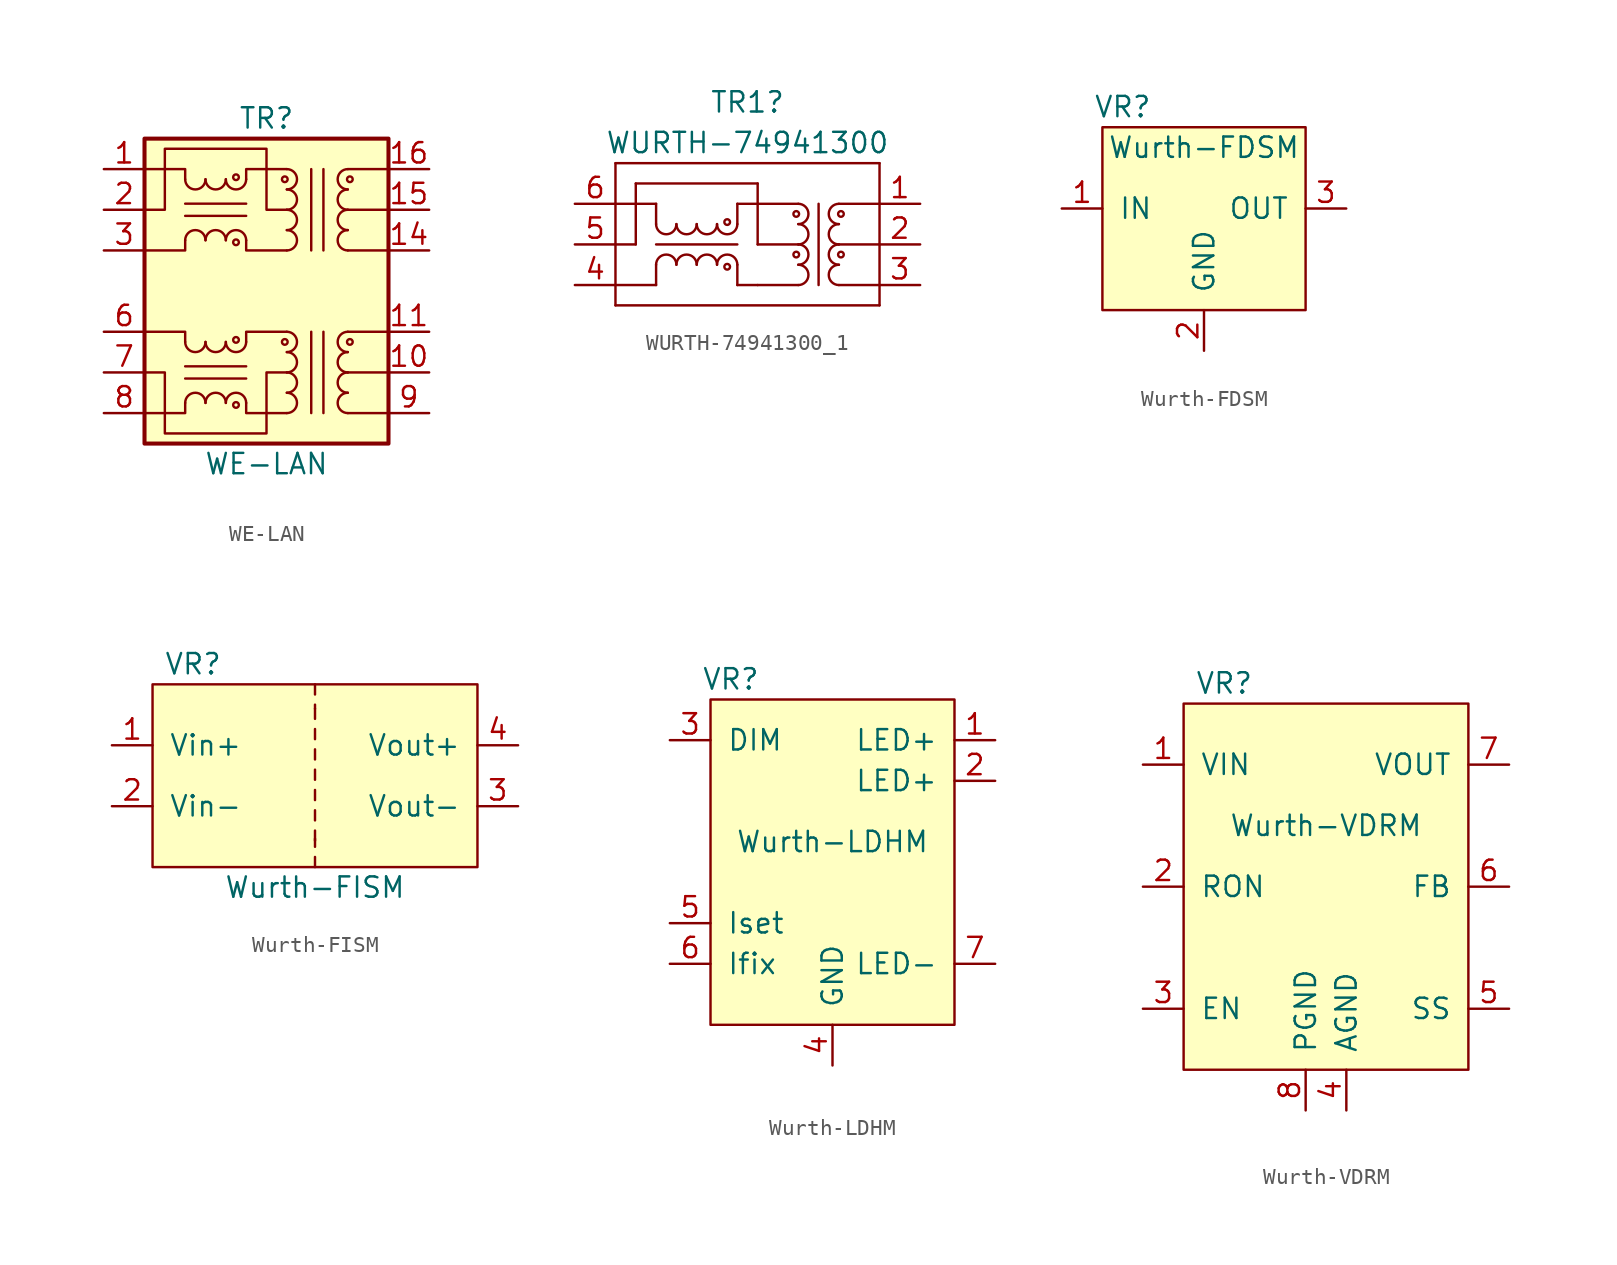
<source format=kicad_sym>
(kicad_symbol_lib
  (version 20241209)
  (generator "kicad_symbol_editor")
  (generator_version "9.0")
  (symbol "WE-LAN"
    (pin_names
      (hide yes))
    (property "Reference" "TR"
      (at 0 10.795 0)
      (effects (font (size 1.27 1.27))))
    (property "Value" "WE-LAN"
      (at 0 -10.795 0)
      (effects (font (size 1.27 1.27))))
    (symbol "WE-LAN_0_1"
      (polyline (pts (xy -5.08 6.985) (xy -5.08 7.62) (xy -7.62 7.62)) (stroke (width 0) (type solid)) (fill (type none)))
      (polyline (pts (xy -5.08 3.175) (xy -5.08 2.54) (xy -7.62 2.54)) (stroke (width 0) (type solid)) (fill (type none)))
      (polyline (pts (xy -1.27 6.985) (xy -1.27 7.62) (xy 1.27 7.62)) (stroke (width 0) (type solid)) (fill (type none)))
      (polyline (pts (xy -1.27 5.461) (xy -5.08 5.461)) (stroke (width 0) (type solid)) (fill (type none)))
      (polyline (pts (xy -1.27 4.699) (xy -5.08 4.699)) (stroke (width 0) (type solid)) (fill (type none)))
      (polyline (pts (xy 1.27 5.08) (xy 0 5.08) (xy 0 8.89) (xy -6.35 8.89) (xy -6.35 5.08) (xy -7.62 5.08)) (stroke (width 0) (type solid)) (fill (type none)))
      (polyline (pts (xy 1.27 2.54) (xy -1.27 2.54) (xy -1.27 3.175)) (stroke (width 0) (type solid)) (fill (type none)))
      (polyline (pts (xy 2.794 7.62) (xy 2.794 2.54)) (stroke (width 0) (type solid)) (fill (type none)))
      (polyline (pts (xy 2.794 -7.62) (xy 2.794 -2.54)) (stroke (width 0) (type solid)) (fill (type none)))
      (polyline (pts (xy 3.556 2.54) (xy 3.556 7.62)) (stroke (width 0) (type solid)) (fill (type none)))
      (polyline (pts (xy 3.556 -2.54) (xy 3.556 -7.62)) (stroke (width 0) (type solid)) (fill (type none)))
      (polyline (pts (xy 5.08 7.62) (xy 7.62 7.62)) (stroke (width 0) (type solid)) (fill (type none)))
      (polyline (pts (xy 5.08 5.08) (xy 7.62 5.08)) (stroke (width 0) (type solid)) (fill (type none)))
      (polyline (pts (xy 5.08 2.54) (xy 7.62 2.54)) (stroke (width 0) (type solid)) (fill (type none)))
      (arc (start 5.08 6.35) (mid 4.448 6.985) (end 5.08 7.62) (stroke (width 0) (type solid)) (fill (type none)))
      (circle (center 5.207 6.985) (radius 0.178) (stroke (width 0) (type solid)) (fill (type none)))
      (rectangle (start 7.62 9.525) (end -7.62 -9.525) (stroke (width 0.254) (type solid)) (fill (type background))))
    (symbol "WE-LAN_1_1"
      (polyline (pts (xy -7.62 -5.08) (xy -6.35 -5.08) (xy -6.35 -8.89) (xy 0 -8.89) (xy 0 -5.08) (xy 1.27 -5.08)) (stroke (width 0) (type solid)) (fill (type none)))
      (polyline (pts (xy -5.08 -3.175) (xy -5.08 -2.54) (xy -7.62 -2.54)) (stroke (width 0) (type solid)) (fill (type none)))
      (polyline (pts (xy -5.08 -6.985) (xy -5.08 -7.62) (xy -7.62 -7.62)) (stroke (width 0) (type solid)) (fill (type none)))
      (arc (start -3.81 6.985) (mid -4.445 6.3527) (end -5.08 6.985) (stroke (width 0) (type solid)) (fill (type none)))
      (arc (start -5.08 3.175) (mid -4.445 3.8073) (end -3.81 3.175) (stroke (width 0) (type solid)) (fill (type none)))
      (arc (start -3.81 -3.175) (mid -4.445 -3.8073) (end -5.08 -3.175) (stroke (width 0) (type solid)) (fill (type none)))
      (arc (start -5.08 -6.985) (mid -4.445 -6.3527) (end -3.81 -6.985) (stroke (width 0) (type solid)) (fill (type none)))
      (arc (start -2.54 6.985) (mid -3.175 6.3527) (end -3.81 6.985) (stroke (width 0) (type solid)) (fill (type none)))
      (arc (start -3.81 3.175) (mid -3.175 3.8073) (end -2.54 3.175) (stroke (width 0) (type solid)) (fill (type none)))
      (arc (start -2.54 -3.175) (mid -3.175 -3.8073) (end -3.81 -3.175) (stroke (width 0) (type solid)) (fill (type none)))
      (arc (start -3.81 -6.985) (mid -3.175 -6.3527) (end -2.54 -6.985) (stroke (width 0) (type solid)) (fill (type none)))
      (circle (center -1.905 7.112) (radius 0.178) (stroke (width 0) (type solid)) (fill (type none)))
      (arc (start -1.27 6.985) (mid -1.905 6.3527) (end -2.54 6.985) (stroke (width 0) (type solid)) (fill (type none)))
      (arc (start -2.54 3.175) (mid -1.905 3.8073) (end -1.27 3.175) (stroke (width 0) (type solid)) (fill (type none)))
      (circle (center -1.905 3.048) (radius 0.178) (stroke (width 0) (type solid)) (fill (type none)))
      (circle (center -1.905 -3.048) (radius 0.178) (stroke (width 0) (type solid)) (fill (type none)))
      (arc (start -1.27 -3.175) (mid -1.905 -3.8073) (end -2.54 -3.175) (stroke (width 0) (type solid)) (fill (type none)))
      (arc (start -2.54 -6.985) (mid -1.905 -6.3527) (end -1.27 -6.985) (stroke (width 0) (type solid)) (fill (type none)))
      (circle (center -1.905 -7.112) (radius 0.178) (stroke (width 0) (type solid)) (fill (type none)))
      (polyline (pts (xy -1.27 -3.175) (xy -1.27 -2.54) (xy 1.27 -2.54)) (stroke (width 0) (type solid)) (fill (type none)))
      (polyline (pts (xy -1.27 -4.699) (xy -5.08 -4.699)) (stroke (width 0) (type solid)) (fill (type none)))
      (polyline (pts (xy -1.27 -5.461) (xy -5.08 -5.461)) (stroke (width 0) (type solid)) (fill (type none)))
      (circle (center 1.143 6.985) (radius 0.178) (stroke (width 0) (type solid)) (fill (type none)))
      (circle (center 1.143 -3.175) (radius 0.178) (stroke (width 0) (type solid)) (fill (type none)))
      (arc (start 1.27 7.62) (mid 1.9023 6.985) (end 1.27 6.35) (stroke (width 0) (type solid)) (fill (type none)))
      (arc (start 1.27 6.35) (mid 1.9023 5.715) (end 1.27 5.08) (stroke (width 0) (type solid)) (fill (type none)))
      (arc (start 1.27 5.08) (mid 1.9023 4.445) (end 1.27 3.81) (stroke (width 0) (type solid)) (fill (type none)))
      (arc (start 1.27 3.81) (mid 1.9023 3.175) (end 1.27 2.54) (stroke (width 0) (type solid)) (fill (type none)))
      (arc (start 1.27 -2.54) (mid 1.9023 -3.175) (end 1.27 -3.81) (stroke (width 0) (type solid)) (fill (type none)))
      (arc (start 1.27 -3.81) (mid 1.9023 -4.445) (end 1.27 -5.08) (stroke (width 0) (type solid)) (fill (type none)))
      (arc (start 1.27 -5.08) (mid 1.9023 -5.715) (end 1.27 -6.35) (stroke (width 0) (type solid)) (fill (type none)))
      (arc (start 1.27 -6.35) (mid 1.9023 -6.985) (end 1.27 -7.62) (stroke (width 0) (type solid)) (fill (type none)))
      (polyline (pts (xy 1.27 -7.62) (xy -1.27 -7.62) (xy -1.27 -6.985)) (stroke (width 0) (type solid)) (fill (type none)))
      (polyline (pts (xy 5.08 -2.54) (xy 7.62 -2.54)) (stroke (width 0) (type solid)) (fill (type none)))
      (polyline (pts (xy 5.08 -5.08) (xy 7.62 -5.08)) (stroke (width 0) (type solid)) (fill (type none)))
      (polyline (pts (xy 5.08 -7.62) (xy 7.62 -7.62)) (stroke (width 0) (type solid)) (fill (type none)))
      (arc (start 5.08 5.08) (mid 4.448 5.715) (end 5.08 6.35) (stroke (width 0) (type solid)) (fill (type none)))
      (arc (start 5.08 3.81) (mid 4.448 4.445) (end 5.08 5.08) (stroke (width 0) (type solid)) (fill (type none)))
      (arc (start 5.08 2.54) (mid 4.448 3.175) (end 5.08 3.81) (stroke (width 0) (type solid)) (fill (type none)))
      (arc (start 5.08 -3.81) (mid 4.448 -3.175) (end 5.08 -2.54) (stroke (width 0) (type solid)) (fill (type none)))
      (arc (start 5.08 -5.08) (mid 4.448 -4.445) (end 5.08 -3.81) (stroke (width 0) (type solid)) (fill (type none)))
      (arc (start 5.08 -6.35) (mid 4.448 -5.715) (end 5.08 -5.08) (stroke (width 0) (type solid)) (fill (type none)))
      (arc (start 5.08 -7.62) (mid 4.448 -6.985) (end 5.08 -6.35) (stroke (width 0) (type solid)) (fill (type none)))
      (circle (center 5.207 -3.175) (radius 0.178) (stroke (width 0) (type solid)) (fill (type none)))
      (pin passive line (at -10.16 7.62 0) (length 2.54) (name "RX-" (effects (font (size 1.27 1.27)))) (number "1" (effects (font (size 1.27 1.27)))))
      (pin passive line (at -10.16 5.08 0) (length 2.54) (name "C_RX" (effects (font (size 1.27 1.27)))) (number "2" (effects (font (size 1.27 1.27)))))
      (pin passive line (at -10.16 2.54 0) (length 2.54) (name "RX+" (effects (font (size 1.27 1.27)))) (number "3" (effects (font (size 1.27 1.27)))))
      (pin passive line (at -10.16 -2.54 0) (length 2.54) (name "TX-" (effects (font (size 1.27 1.27)))) (number "6" (effects (font (size 1.27 1.27)))))
      (pin passive line (at -10.16 -5.08 0) (length 2.54) (name "C_TX" (effects (font (size 1.27 1.27)))) (number "7" (effects (font (size 1.27 1.27)))))
      (pin passive line (at -10.16 -7.62 0) (length 2.54) (name "TX+" (effects (font (size 1.27 1.27)))) (number "8" (effects (font (size 1.27 1.27)))))
      (pin passive line (at 10.16 7.62 180) (length 2.54) (name "RD-" (effects (font (size 1.27 1.27)))) (number "16" (effects (font (size 1.27 1.27)))))
      (pin passive line (at 10.16 5.08 180) (length 2.54) (name "C_RD" (effects (font (size 1.27 1.27)))) (number "15" (effects (font (size 1.27 1.27)))))
      (pin passive line (at 10.16 2.54 180) (length 2.54) (name "RD+" (effects (font (size 1.27 1.27)))) (number "14" (effects (font (size 1.27 1.27)))))
      (pin passive line (at 10.16 -2.54 180) (length 2.54) (name "TD-" (effects (font (size 1.27 1.27)))) (number "11" (effects (font (size 1.27 1.27)))))
      (pin passive line (at 10.16 -5.08 180) (length 2.54) (name "C_TD" (effects (font (size 1.27 1.27)))) (number "10" (effects (font (size 1.27 1.27)))))
      (pin passive line (at 10.16 -7.62 180) (length 2.54) (name "TD+" (effects (font (size 1.27 1.27)))) (number "9" (effects (font (size 1.27 1.27)))))))
  (symbol "WURTH-74941300_1"
    (pin_names
      (offset 1.016))
    (property "Reference" "TR1"
      (at -0.635 8.89 0)
      (effects (font (size 1.27 1.27))))
    (property "Value" "WURTH-74941300"
      (at -0.635 6.35 0)
      (effects (font (size 1.27 1.27))))
    (symbol "WURTH-74941300_1_0_1"
      (rectangle (start -8.89 -3.81) (end -8.89 5.08) (stroke (width 0) (type solid)) (fill (type none)))
      (rectangle (start -7.62 3.81) (end -7.62 0) (stroke (width 0) (type solid)) (fill (type none)))
      (rectangle (start -7.62 0) (end -8.89 0) (stroke (width 0) (type solid)) (fill (type none)))
      (rectangle (start -6.35 2.54) (end -8.89 2.54) (stroke (width 0) (type solid)) (fill (type none)))
      (rectangle (start -6.35 1.27) (end -6.35 2.54) (stroke (width 0) (type solid)) (fill (type none)))
      (rectangle (start -6.35 -2.54) (end -8.89 -2.54) (stroke (width 0) (type solid)) (fill (type none)))
      (rectangle (start -1.27 1.27) (end -1.27 2.54) (stroke (width 0) (type solid)) (fill (type none)))
      (rectangle (start -1.27 0) (end -6.35 0) (stroke (width 0) (type solid)) (fill (type none)))
      (rectangle (start 0 3.81) (end -7.62 3.81) (stroke (width 0) (type solid)) (fill (type none)))
      (rectangle (start 0 2.54) (end -1.27 2.54) (stroke (width 0) (type solid)) (fill (type none)))
      (rectangle (start 0 0) (end 0 3.81) (stroke (width 0) (type solid)) (fill (type none)))
      (rectangle (start 3.81 2.54) (end 3.81 -2.54) (stroke (width 0) (type solid)) (fill (type none)))
      (rectangle (start 7.62 5.08) (end -8.89 5.08) (stroke (width 0) (type solid)) (fill (type none)))
      (rectangle (start 7.62 5.08) (end 7.62 -3.81) (stroke (width 0) (type solid)) (fill (type none)))
      (rectangle (start 7.62 -3.81) (end -8.89 -3.81) (stroke (width 0) (type solid)) (fill (type none))))
    (symbol "WURTH-74941300_1_1_1"
      (rectangle (start -6.35 -1.27) (end -6.35 -2.54) (stroke (width 0) (type solid)) (fill (type none)))
      (arc (start -5.08 1.27) (mid -5.715 0.6377) (end -6.35 1.27) (stroke (width 0) (type solid)) (fill (type none)))
      (arc (start -6.35 -1.27) (mid -5.715 -0.6377) (end -5.08 -1.27) (stroke (width 0) (type solid)) (fill (type none)))
      (arc (start -3.81 1.27) (mid -4.445 0.6377) (end -5.08 1.27) (stroke (width 0) (type solid)) (fill (type none)))
      (arc (start -5.08 -1.27) (mid -4.445 -0.6377) (end -3.81 -1.27) (stroke (width 0) (type solid)) (fill (type none)))
      (arc (start -2.54 1.27) (mid -3.175 0.6377) (end -3.81 1.27) (stroke (width 0) (type solid)) (fill (type none)))
      (arc (start -3.81 -1.27) (mid -3.175 -0.6377) (end -2.54 -1.27) (stroke (width 0) (type solid)) (fill (type none)))
      (circle (center -1.905 1.397) (radius 0.178) (stroke (width 0) (type solid)) (fill (type none)))
      (arc (start -1.27 1.27) (mid -1.905 0.6377) (end -2.54 1.27) (stroke (width 0) (type solid)) (fill (type none)))
      (arc (start -2.54 -1.27) (mid -1.905 -0.6377) (end -1.27 -1.27) (stroke (width 0) (type solid)) (fill (type none)))
      (circle (center -1.905 -1.397) (radius 0.178) (stroke (width 0) (type solid)) (fill (type none)))
      (rectangle (start -1.27 -1.27) (end -1.27 -2.54) (stroke (width 0) (type solid)) (fill (type none)))
      (rectangle (start 0 -2.54) (end -1.27 -2.54) (stroke (width 0) (type solid)) (fill (type none)))
      (circle (center 2.413 1.905) (radius 0.178) (stroke (width 0) (type solid)) (fill (type none)))
      (circle (center 2.413 -0.635) (radius 0.178) (stroke (width 0) (type solid)) (fill (type none)))
      (arc (start 2.54 2.54) (mid 3.172 1.905) (end 2.54 1.27) (stroke (width 0) (type solid)) (fill (type none)))
      (arc (start 2.54 1.27) (mid 3.172 0.635) (end 2.54 0) (stroke (width 0) (type solid)) (fill (type none)))
      (arc (start 2.54 0) (mid 3.172 -0.635) (end 2.54 -1.27) (stroke (width 0) (type solid)) (fill (type none)))
      (arc (start 2.54 -1.27) (mid 3.172 -1.905) (end 2.54 -2.54) (stroke (width 0) (type solid)) (fill (type none)))
      (polyline (pts (xy 2.54 2.54) (xy 0 2.54)) (stroke (width 0) (type solid)) (fill (type none)))
      (polyline (pts (xy 2.54 0) (xy 0 0)) (stroke (width 0) (type solid)) (fill (type none)))
      (polyline (pts (xy 2.54 -2.54) (xy 0 -2.54)) (stroke (width 0) (type solid)) (fill (type none)))
      (polyline (pts (xy 5.08 2.54) (xy 7.62 2.54)) (stroke (width 0) (type solid)) (fill (type none)))
      (polyline (pts (xy 5.08 0) (xy 7.62 0)) (stroke (width 0) (type solid)) (fill (type none)))
      (polyline (pts (xy 5.08 -2.54) (xy 7.62 -2.54)) (stroke (width 0) (type solid)) (fill (type none)))
      (arc (start 5.08 1.27) (mid 4.448 1.905) (end 5.08 2.54) (stroke (width 0) (type solid)) (fill (type none)))
      (arc (start 5.08 0) (mid 4.448 0.635) (end 5.08 1.27) (stroke (width 0) (type solid)) (fill (type none)))
      (arc (start 5.08 -1.27) (mid 4.448 -0.635) (end 5.08 0) (stroke (width 0) (type solid)) (fill (type none)))
      (arc (start 5.08 -2.54) (mid 4.448 -1.905) (end 5.08 -1.27) (stroke (width 0) (type solid)) (fill (type none)))
      (circle (center 5.207 1.905) (radius 0.178) (stroke (width 0) (type solid)) (fill (type none)))
      (circle (center 5.207 -0.635) (radius 0.178) (stroke (width 0) (type solid)) (fill (type none)))
      (pin passive line (at -11.43 2.54 0) (length 2.54) (name "~" (effects (font (size 1.27 1.27)))) (number "6" (effects (font (size 1.27 1.27)))))
      (pin passive line (at -11.43 0 0) (length 2.54) (name "~" (effects (font (size 1.27 1.27)))) (number "5" (effects (font (size 1.27 1.27)))))
      (pin passive line (at -11.43 -2.54 0) (length 2.54) (name "~" (effects (font (size 1.27 1.27)))) (number "4" (effects (font (size 1.27 1.27)))))
      (pin passive line (at 10.16 2.54 180) (length 2.54) (name "~" (effects (font (size 1.27 1.27)))) (number "1" (effects (font (size 1.27 1.27)))))
      (pin passive line (at 10.16 0 180) (length 2.54) (name "~" (effects (font (size 1.27 1.27)))) (number "2" (effects (font (size 1.27 1.27)))))
      (pin passive line (at 10.16 -2.54 180) (length 2.54) (name "~" (effects (font (size 1.27 1.27)))) (number "3" (effects (font (size 1.27 1.27)))))))
  (symbol "Wurth-FDSM"
    (pin_names
      (offset 1.016))
    (property "Reference" "VR"
      (at -5.08 6.35 0)
      (effects (font (size 1.27 1.27))))
    (property "Value" "Wurth-FDSM"
      (at 0 3.81 0)
      (effects (font (size 1.27 1.27))))
    (symbol "Wurth-FDSM_0_1"
      (rectangle (start 6.35 5.08) (end -6.35 -6.35) (stroke (width 0) (type solid)) (fill (type background))))
    (symbol "Wurth-FDSM_1_1"
      (pin power_in line (at -8.89 0 0) (length 2.54) (name "IN" (effects (font (size 1.27 1.27)))) (number "1" (effects (font (size 1.27 1.27)))))
      (pin power_in line (at 0 -8.89 90) (length 2.54) (name "GND" (effects (font (size 1.27 1.27)))) (number "2" (effects (font (size 1.27 1.27)))))
      (pin power_out line (at 8.89 0 180) (length 2.54) (name "OUT" (effects (font (size 1.27 1.27)))) (number "3" (effects (font (size 1.27 1.27)))))))
  (symbol "Wurth-FISM"
    (pin_names
      (offset 1.016))
    (property "Reference" "VR"
      (at -7.62 6.35 0)
      (effects (font (size 1.27 1.27))))
    (property "Value" "Wurth-FISM"
      (at 0 -7.62 0)
      (effects (font (size 1.27 1.27))))
    (symbol "Wurth-FISM_0_1"
      (rectangle (start -10.16 5.08) (end 10.16 -6.35) (stroke (width 0) (type solid)) (fill (type background)))
      (polyline (pts (xy 0 5.08) (xy 0 4.445)) (stroke (width 0) (type solid)) (fill (type none)))
      (polyline (pts (xy 0 3.556) (xy 0 3.81)) (stroke (width 0) (type solid)) (fill (type none)))
      (polyline (pts (xy 0 3.556) (xy 0 2.921)) (stroke (width 0) (type solid)) (fill (type none)))
      (polyline (pts (xy 0 2.286) (xy 0 1.651)) (stroke (width 0) (type solid)) (fill (type none)))
      (polyline (pts (xy 0 1.016) (xy 0 0.381)) (stroke (width 0) (type solid)) (fill (type none)))
      (polyline (pts (xy 0 -0.254) (xy 0 -0.889)) (stroke (width 0) (type solid)) (fill (type none)))
      (polyline (pts (xy 0 -1.524) (xy 0 -2.159)) (stroke (width 0) (type solid)) (fill (type none)))
      (polyline (pts (xy 0 -2.794) (xy 0 -3.429)) (stroke (width 0) (type solid)) (fill (type none)))
      (polyline (pts (xy 0 -4.064) (xy 0 -4.699)) (stroke (width 0) (type solid)) (fill (type none)))
      (polyline (pts (xy 0 -4.572) (xy 0 -5.08)) (stroke (width 0) (type solid)) (fill (type none)))
      (polyline (pts (xy 0 -5.715) (xy 0 -6.35)) (stroke (width 0) (type solid)) (fill (type none))))
    (symbol "Wurth-FISM_1_1"
      (pin power_in line (at -12.7 1.27 0) (length 2.54) (name "Vin+" (effects (font (size 1.27 1.27)))) (number "1" (effects (font (size 1.27 1.27)))))
      (pin power_in line (at -12.7 -2.54 0) (length 2.54) (name "Vin-" (effects (font (size 1.27 1.27)))) (number "2" (effects (font (size 1.27 1.27)))))
      (pin power_in line (at 12.7 1.27 180) (length 2.54) (name "Vout+" (effects (font (size 1.27 1.27)))) (number "4" (effects (font (size 1.27 1.27)))))
      (pin power_out line (at 12.7 -2.54 180) (length 2.54) (name "Vout-" (effects (font (size 1.27 1.27)))) (number "3" (effects (font (size 1.27 1.27)))))))
  (symbol "Wurth-LDHM"
    (pin_names
      (offset 1.016))
    (property "Reference" "VR"
      (at -6.35 10.16 0)
      (effects (font (size 1.27 1.27))))
    (property "Value" "Wurth-LDHM"
      (at 0 0 0)
      (effects (font (size 1.27 1.27))))
    (symbol "Wurth-LDHM_0_1"
      (rectangle (start -7.62 -11.43) (end 7.62 8.89) (stroke (width 0) (type solid)) (fill (type background))))
    (symbol "Wurth-LDHM_1_1"
      (pin power_in line (at -10.16 6.35 0) (length 2.54) (name "DIM" (effects (font (size 1.27 1.27)))) (number "3" (effects (font (size 1.27 1.27)))))
      (pin power_in line (at -10.16 -5.08 0) (length 2.54) (name "Iset" (effects (font (size 1.27 1.27)))) (number "5" (effects (font (size 1.27 1.27)))))
      (pin power_in line (at -10.16 -7.62 0) (length 2.54) (name "Ifix" (effects (font (size 1.27 1.27)))) (number "6" (effects (font (size 1.27 1.27)))))
      (pin power_in line (at 0 -13.97 90) (length 2.54) (name "GND" (effects (font (size 1.27 1.27)))) (number "4" (effects (font (size 1.27 1.27)))))
      (pin power_in line (at 10.16 6.35 180) (length 2.54) (name "LED+" (effects (font (size 1.27 1.27)))) (number "1" (effects (font (size 1.27 1.27)))))
      (pin power_in line (at 10.16 3.81 180) (length 2.54) (name "LED+" (effects (font (size 1.27 1.27)))) (number "2" (effects (font (size 1.27 1.27)))))
      (pin power_in line (at 10.16 -7.62 180) (length 2.54) (name "LED-" (effects (font (size 1.27 1.27)))) (number "7" (effects (font (size 1.27 1.27)))))))
  (symbol "Wurth-VDRM"
    (pin_names
      (offset 1.016))
    (property "Reference" "VR"
      (at -6.35 12.7 0)
      (effects (font (size 1.27 1.27))))
    (property "Value" "Wurth-VDRM"
      (at 0 3.81 0)
      (effects (font (size 1.27 1.27))))
    (symbol "Wurth-VDRM_0_1"
      (rectangle (start -8.89 11.43) (end 8.89 -11.43) (stroke (width 0) (type solid)) (fill (type background))))
    (symbol "Wurth-VDRM_1_1"
      (pin power_in line (at -11.43 7.62 0) (length 2.54) (name "VIN" (effects (font (size 1.27 1.27)))) (number "1" (effects (font (size 1.27 1.27)))))
      (pin input line (at -11.43 0 0) (length 2.54) (name "RON" (effects (font (size 1.27 1.27)))) (number "2" (effects (font (size 1.27 1.27)))))
      (pin input line (at -11.43 -7.62 0) (length 2.54) (name "EN" (effects (font (size 1.27 1.27)))) (number "3" (effects (font (size 1.27 1.27)))))
      (pin power_in line (at -1.27 -13.97 90) (length 2.54) (name "PGND" (effects (font (size 1.27 1.27)))) (number "8" (effects (font (size 1.27 1.27)))))
      (pin power_in line (at 1.27 -13.97 90) (length 2.54) (name "AGND" (effects (font (size 1.27 1.27)))) (number "4" (effects (font (size 1.27 1.27)))))
      (pin power_out line (at 11.43 7.62 180) (length 2.54) (name "VOUT" (effects (font (size 1.27 1.27)))) (number "7" (effects (font (size 1.27 1.27)))))
      (pin input line (at 11.43 0 180) (length 2.54) (name "FB" (effects (font (size 1.27 1.27)))) (number "6" (effects (font (size 1.27 1.27)))))
      (pin power_in line (at 11.43 -7.62 180) (length 2.54) (name "SS" (effects (font (size 1.27 1.27)))) (number "5" (effects (font (size 1.27 1.27))))))))
</source>
